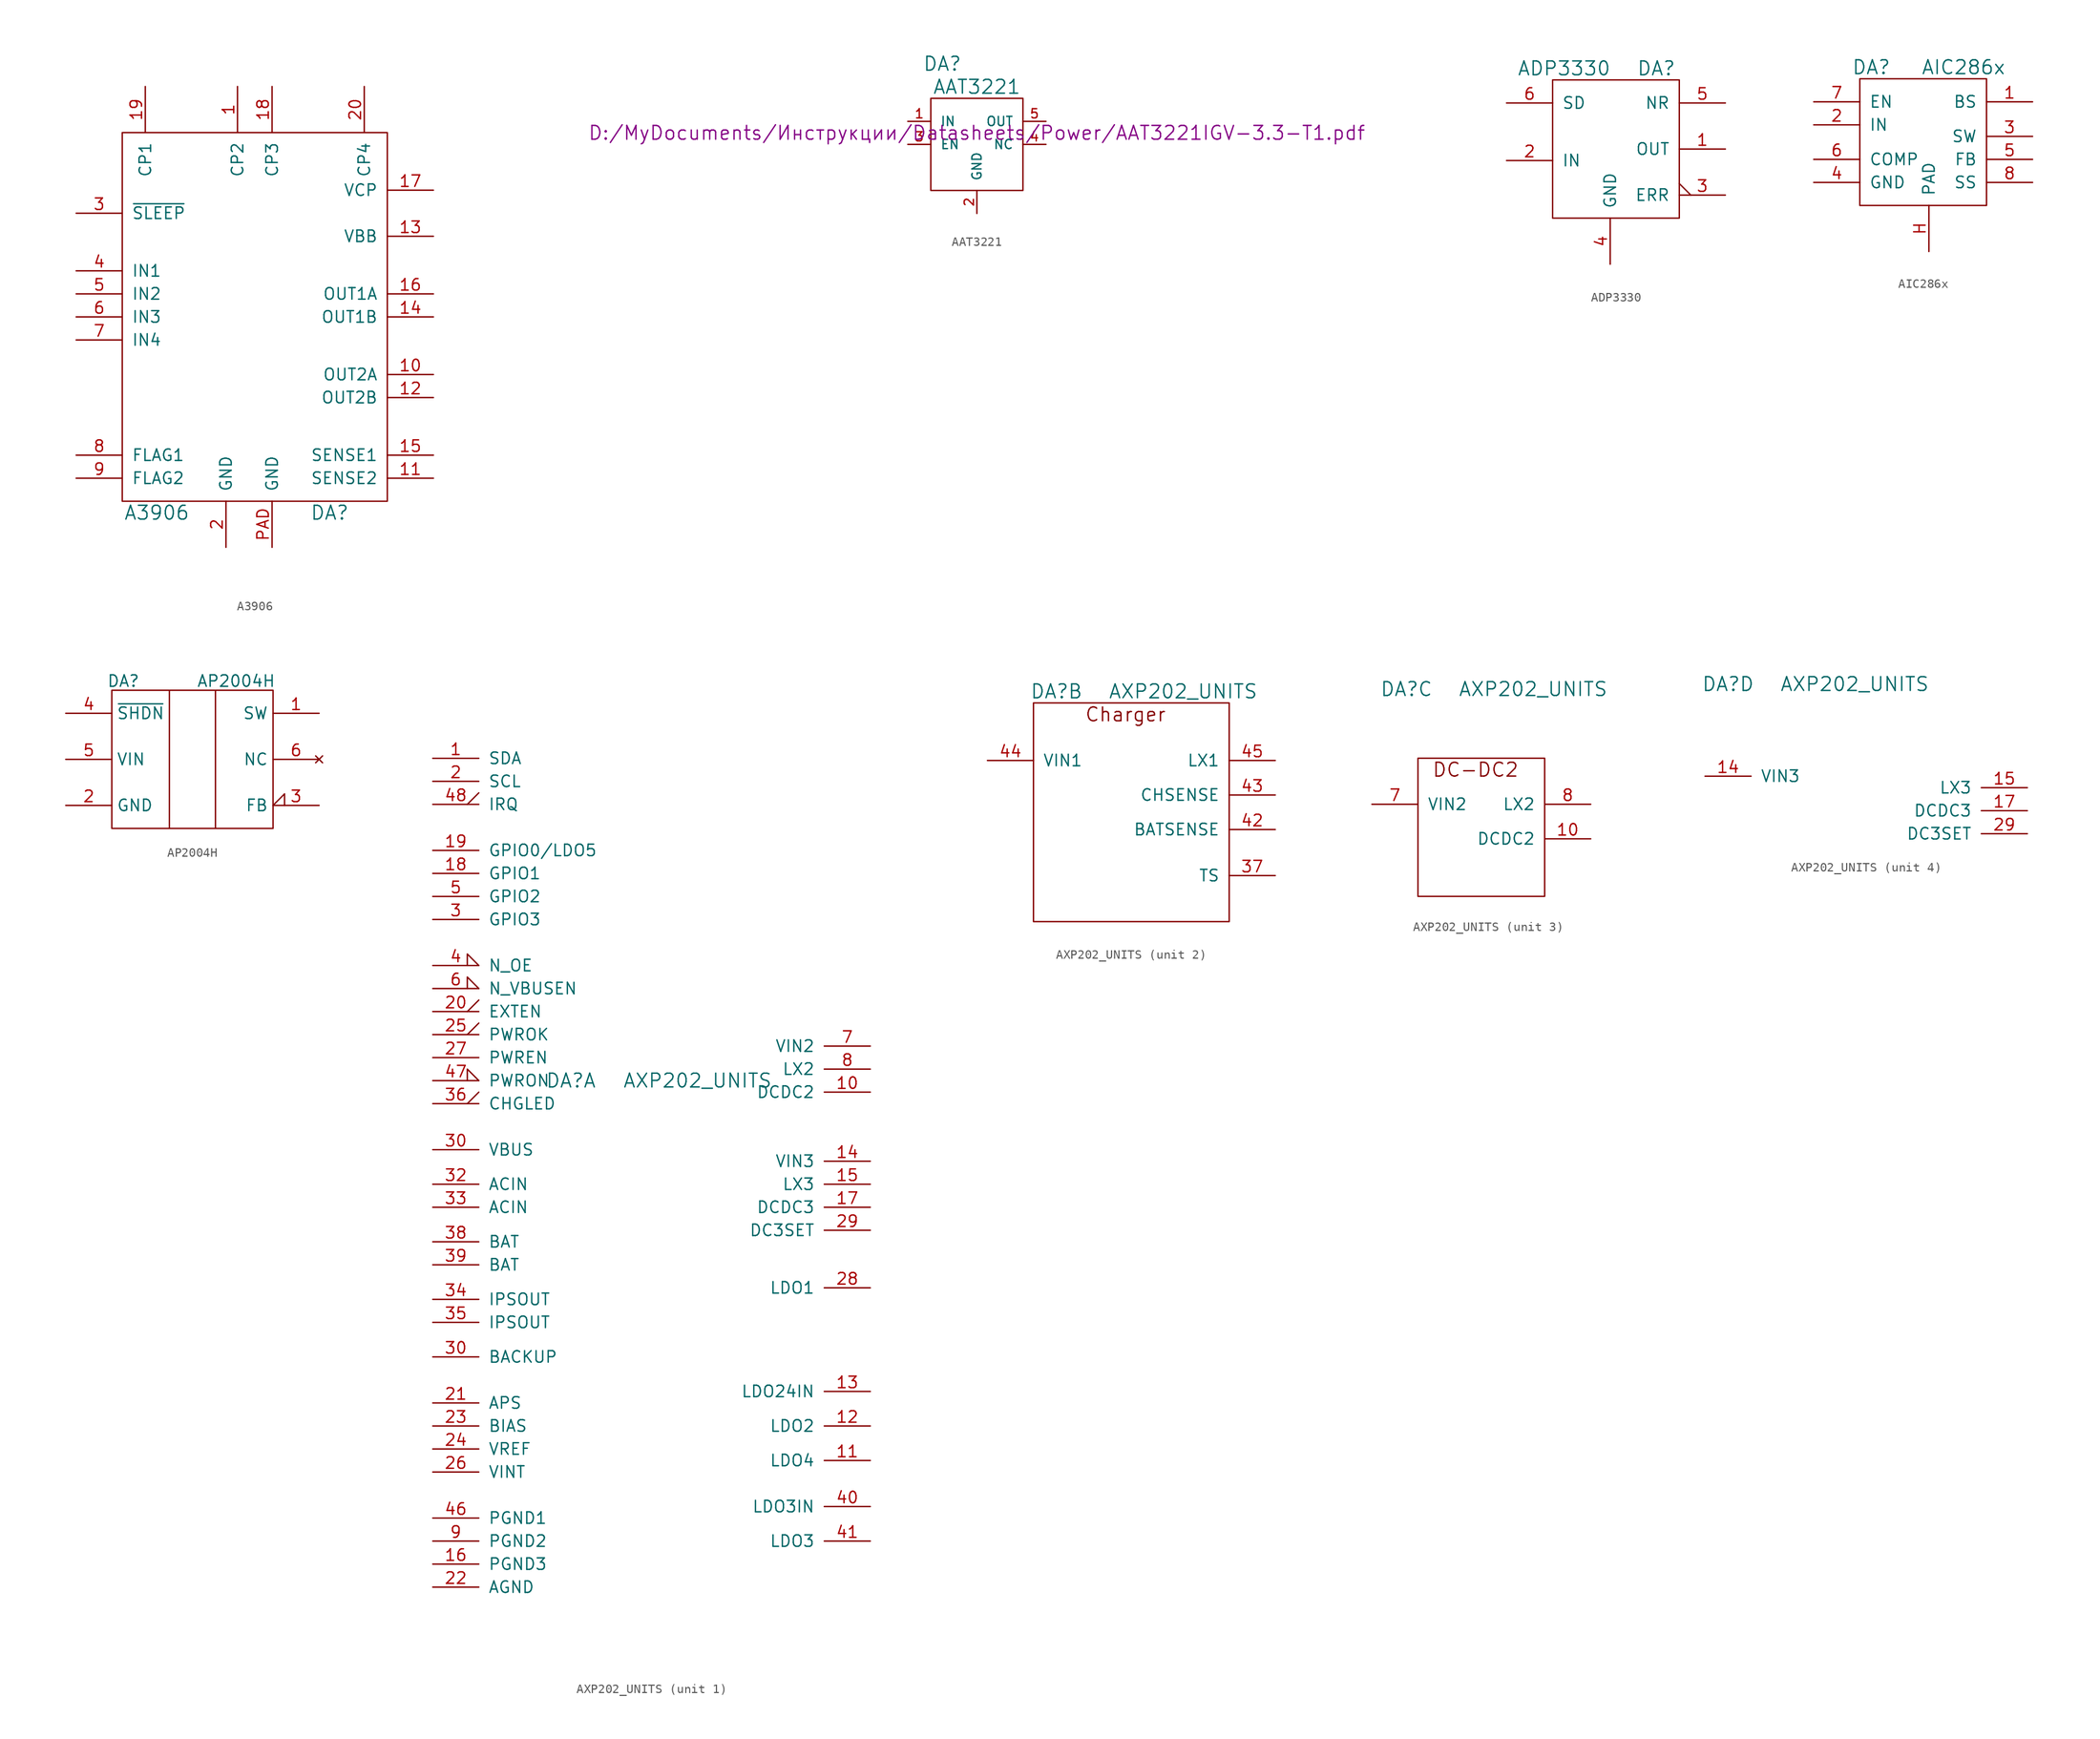
<source format=kicad_sym>
(kicad_symbol_lib
  (version 20231120)
  (generator "kicad_symbol_editor")
  (generator_version "8.0")
  (symbol "A3906"
    (pin_names
      (offset 1.016))
    (property "Reference" "DA"
      (at 7.62 -22.86 0)
      (effects (font (size 1.524 1.524))))
    (property "Value" "A3906"
      (at -11.43 -22.86 0)
      (effects (font (size 1.524 1.524))))
    (property "Datasheet" ""
      (at 7.62 -3.81 0)
      (effects (font (size 1.524 1.524))))
    (symbol "A3906_0_1"
      (rectangle (start -15.24 19.05) (end 13.97 -21.59) (stroke (width 0) (type default)) (fill (type none))))
    (symbol "A3906_1_1"
      (pin passive line (at -2.54 24.13 270) (length 5.08) (name "CP2" (effects (font (size 1.27 1.27)))) (number "1" (effects (font (size 1.27 1.27)))))
      (pin passive line (at 19.05 -7.62 180) (length 5.08) (name "OUT2A" (effects (font (size 1.27 1.27)))) (number "10" (effects (font (size 1.27 1.27)))))
      (pin passive line (at 19.05 -19.05 180) (length 5.08) (name "SENSE2" (effects (font (size 1.27 1.27)))) (number "11" (effects (font (size 1.27 1.27)))))
      (pin passive line (at 19.05 -10.16 180) (length 5.08) (name "OUT2B" (effects (font (size 1.27 1.27)))) (number "12" (effects (font (size 1.27 1.27)))))
      (pin power_in line (at 19.05 7.62 180) (length 5.08) (name "VBB" (effects (font (size 1.27 1.27)))) (number "13" (effects (font (size 1.27 1.27)))))
      (pin passive line (at 19.05 -1.27 180) (length 5.08) (name "OUT1B" (effects (font (size 1.27 1.27)))) (number "14" (effects (font (size 1.27 1.27)))))
      (pin passive line (at 19.05 -16.51 180) (length 5.08) (name "SENSE1" (effects (font (size 1.27 1.27)))) (number "15" (effects (font (size 1.27 1.27)))))
      (pin passive line (at 19.05 1.27 180) (length 5.08) (name "OUT1A" (effects (font (size 1.27 1.27)))) (number "16" (effects (font (size 1.27 1.27)))))
      (pin passive line (at 19.05 12.7 180) (length 5.08) (name "VCP" (effects (font (size 1.27 1.27)))) (number "17" (effects (font (size 1.27 1.27)))))
      (pin passive line (at 1.27 24.13 270) (length 5.08) (name "CP3" (effects (font (size 1.27 1.27)))) (number "18" (effects (font (size 1.27 1.27)))))
      (pin passive line (at -12.7 24.13 270) (length 5.08) (name "CP1" (effects (font (size 1.27 1.27)))) (number "19" (effects (font (size 1.27 1.27)))))
      (pin passive line (at -3.81 -26.67 90) (length 5.08) (name "GND" (effects (font (size 1.27 1.27)))) (number "2" (effects (font (size 1.27 1.27)))))
      (pin passive line (at 11.43 24.13 270) (length 5.08) (name "CP4" (effects (font (size 1.27 1.27)))) (number "20" (effects (font (size 1.27 1.27)))))
      (pin passive line (at -20.32 10.16 0) (length 5.08) (name "~{SLEEP}" (effects (font (size 1.27 1.27)))) (number "3" (effects (font (size 1.27 1.27)))))
      (pin passive line (at -20.32 3.81 0) (length 5.08) (name "IN1" (effects (font (size 1.27 1.27)))) (number "4" (effects (font (size 1.27 1.27)))))
      (pin passive line (at -20.32 1.27 0) (length 5.08) (name "IN2" (effects (font (size 1.27 1.27)))) (number "5" (effects (font (size 1.27 1.27)))))
      (pin passive line (at -20.32 -1.27 0) (length 5.08) (name "IN3" (effects (font (size 1.27 1.27)))) (number "6" (effects (font (size 1.27 1.27)))))
      (pin passive line (at -20.32 -3.81 0) (length 5.08) (name "IN4" (effects (font (size 1.27 1.27)))) (number "7" (effects (font (size 1.27 1.27)))))
      (pin passive line (at -20.32 -16.51 0) (length 5.08) (name "FLAG1" (effects (font (size 1.27 1.27)))) (number "8" (effects (font (size 1.27 1.27)))))
      (pin passive line (at -20.32 -19.05 0) (length 5.08) (name "FLAG2" (effects (font (size 1.27 1.27)))) (number "9" (effects (font (size 1.27 1.27)))))
      (pin passive line (at 1.27 -26.67 90) (length 5.08) (name "GND" (effects (font (size 1.27 1.27)))) (number "PAD" (effects (font (size 1.27 1.27)))))))
  (symbol "AAT3221"
    (pin_names
      (offset 1.016))
    (property "Reference" "DA"
      (at -3.81 7.62 0)
      (effects (font (size 1.524 1.524))))
    (property "Value" "AAT3221"
      (at 0 5.08 0)
      (effects (font (size 1.524 1.524))))
    (property "Footprint" ""
      (at 0 0 0)
      (effects (font (size 1.524 1.524))))
    (property "Datasheet" "D:/MyDocuments/Инструкции/Datasheets/Power/AAT3221IGV-3.3-T1.pdf"
      (at 0 0 0)
      (effects (font (size 1.524 1.524))))
    (symbol "AAT3221_0_1"
      (rectangle (start -5.08 3.81) (end 5.08 -6.35) (stroke (width 0) (type default)) (fill (type none))))
    (symbol "AAT3221_1_1"
      (pin passive line (at -7.62 1.27 0) (length 2.54) (name "IN" (effects (font (size 1.016 1.016)))) (number "1" (effects (font (size 1.016 1.016)))))
      (pin power_in line (at 0 -8.89 90) (length 2.54) (name "GND" (effects (font (size 1.016 1.016)))) (number "2" (effects (font (size 1.016 1.016)))))
      (pin passive line (at -7.62 -1.27 0) (length 2.54) (name "EN" (effects (font (size 1.016 1.016)))) (number "3" (effects (font (size 1.016 1.016)))))
      (pin power_out line (at 7.62 -1.27 180) (length 2.54) (name "NC" (effects (font (size 1.016 1.016)))) (number "4" (effects (font (size 1.016 1.016)))))
      (pin power_out line (at 7.62 1.27 180) (length 2.54) (name "OUT" (effects (font (size 1.016 1.016)))) (number "5" (effects (font (size 1.016 1.016)))))))
  (symbol "ADP3330"
    (pin_names
      (offset 1.016))
    (property "Reference" "DA"
      (at 5.08 8.89 0)
      (effects (font (size 1.524 1.524))))
    (property "Value" "ADP3330"
      (at -5.08 8.89 0)
      (effects (font (size 1.524 1.524))))
    (property "Footprint" ""
      (at 0 0 0)
      (effects (font (size 1.524 1.524))))
    (property "Datasheet" ""
      (at 0 0 0)
      (effects (font (size 1.524 1.524))))
    (symbol "ADP3330_0_1"
      (rectangle (start -6.35 7.62) (end 7.62 -7.62) (stroke (width 0) (type default)) (fill (type none))))
    (symbol "ADP3330_1_1"
      (pin power_out line (at 12.7 0 180) (length 5.08) (name "OUT" (effects (font (size 1.27 1.27)))) (number "1" (effects (font (size 1.27 1.27)))))
      (pin power_in line (at -11.43 -1.27 0) (length 5.08) (name "IN" (effects (font (size 1.27 1.27)))) (number "2" (effects (font (size 1.27 1.27)))))
      (pin passive output_low (at 12.7 -5.08 180) (length 5.08) (name "ERR" (effects (font (size 1.27 1.27)))) (number "3" (effects (font (size 1.27 1.27)))))
      (pin power_in line (at 0 -12.7 90) (length 5.08) (name "GND" (effects (font (size 1.27 1.27)))) (number "4" (effects (font (size 1.27 1.27)))))
      (pin passive line (at 12.7 5.08 180) (length 5.08) (name "NR" (effects (font (size 1.27 1.27)))) (number "5" (effects (font (size 1.27 1.27)))))
      (pin passive line (at -11.43 5.08 0) (length 5.08) (name "SD" (effects (font (size 1.27 1.27)))) (number "6" (effects (font (size 1.27 1.27)))))))
  (symbol "AIC286x"
    (pin_names
      (offset 1.016))
    (property "Reference" "DA"
      (at -6.35 8.89 0)
      (effects (font (size 1.524 1.524))))
    (property "Value" "AIC286x"
      (at 3.81 8.89 0)
      (effects (font (size 1.524 1.524))))
    (property "Footprint" ""
      (at 2.54 0 0)
      (effects (font (size 1.524 1.524))))
    (property "Datasheet" ""
      (at 2.54 0 0)
      (effects (font (size 1.524 1.524))))
    (symbol "AIC286x_0_1"
      (rectangle (start -7.62 7.62) (end 6.35 -6.35) (stroke (width 0) (type default)) (fill (type none))))
    (symbol "AIC286x_1_1"
      (pin passive line (at 11.43 5.08 180) (length 5.08) (name "BS" (effects (font (size 1.27 1.27)))) (number "1" (effects (font (size 1.27 1.27)))))
      (pin power_in line (at -12.7 2.54 0) (length 5.08) (name "IN" (effects (font (size 1.27 1.27)))) (number "2" (effects (font (size 1.27 1.27)))))
      (pin passive line (at 11.43 1.27 180) (length 5.08) (name "SW" (effects (font (size 1.27 1.27)))) (number "3" (effects (font (size 1.27 1.27)))))
      (pin power_in line (at -12.7 -3.81 0) (length 5.08) (name "GND" (effects (font (size 1.27 1.27)))) (number "4" (effects (font (size 1.27 1.27)))))
      (pin passive line (at 11.43 -1.27 180) (length 5.08) (name "FB" (effects (font (size 1.27 1.27)))) (number "5" (effects (font (size 1.27 1.27)))))
      (pin passive line (at -12.7 -1.27 0) (length 5.08) (name "COMP" (effects (font (size 1.27 1.27)))) (number "6" (effects (font (size 1.27 1.27)))))
      (pin passive line (at -12.7 5.08 0) (length 5.08) (name "EN" (effects (font (size 1.27 1.27)))) (number "7" (effects (font (size 1.27 1.27)))))
      (pin passive line (at 11.43 -3.81 180) (length 5.08) (name "SS" (effects (font (size 1.27 1.27)))) (number "8" (effects (font (size 1.27 1.27)))))
      (pin passive line (at 0 -11.43 90) (length 5.08) (name "PAD" (effects (font (size 1.27 1.27)))) (number "H" (effects (font (size 1.27 1.27)))))))
  (symbol "AP2004H"
    (property "Reference" "DA"
      (at -7.62 8.636 0)
      (effects (font (size 1.27 1.27))))
    (property "Value" "AP2004H"
      (at 4.826 8.636 0)
      (effects (font (size 1.27 1.27))))
    (symbol "AP2004H_0_1"
      (rectangle (start -8.89 7.62) (end 8.89 -7.62) (stroke (width 0) (type default)) (fill (type none)))
      (polyline (pts (xy -2.54 7.62) (xy -2.54 -7.62)) (stroke (width 0) (type default)) (fill (type none)))
      (polyline (pts (xy 2.54 7.62) (xy 2.54 -7.62)) (stroke (width 0) (type default)) (fill (type none))))
    (symbol "AP2004H_1_1"
      (pin passive line (at 13.97 5.08 180) (length 5.08) (name "SW" (effects (font (size 1.27 1.27)))) (number "1" (effects (font (size 1.27 1.27)))))
      (pin passive line (at -13.97 -5.08 0) (length 5.08) (name "GND" (effects (font (size 1.27 1.27)))) (number "2" (effects (font (size 1.27 1.27)))))
      (pin passive input_low (at 13.97 -5.08 180) (length 5.08) (name "FB" (effects (font (size 1.27 1.27)))) (number "3" (effects (font (size 1.27 1.27)))))
      (pin passive line (at -13.97 5.08 0) (length 5.08) (name "~{SHDN}" (effects (font (size 1.27 1.27)))) (number "4" (effects (font (size 1.27 1.27)))))
      (pin passive line (at -13.97 0 0) (length 5.08) (name "VIN" (effects (font (size 1.27 1.27)))) (number "5" (effects (font (size 1.27 1.27)))))
      (pin no_connect line (at 13.97 0 180) (length 5.08) (name "NC" (effects (font (size 1.27 1.27)))) (number "6" (effects (font (size 1.27 1.27)))))))
  (symbol "AXP202_UNITS"
    (pin_names
      (offset 1.016))
    (property "Reference" "DA"
      (at -8.89 12.7 0)
      (effects (font (size 1.524 1.524))))
    (property "Value" "AXP202_UNITS"
      (at 5.08 12.7 0)
      (effects (font (size 1.524 1.524))))
    (property "ki_locked" ""
      (at 0 0 0)
      (effects (font (size 1.27 1.27))))
    (symbol "AXP202_UNITS_1_1"
      (pin passive line (at -24.13 48.26 0) (length 5.08) (name "SDA" (effects (font (size 1.27 1.27)))) (number "1" (effects (font (size 1.27 1.27)))))
      (pin passive line (at 24.13 11.43 180) (length 5.08) (name "DCDC2" (effects (font (size 1.27 1.27)))) (number "10" (effects (font (size 1.27 1.27)))))
      (pin power_out line (at 24.13 -29.21 180) (length 5.08) (name "LDO4" (effects (font (size 1.27 1.27)))) (number "11" (effects (font (size 1.27 1.27)))))
      (pin power_out line (at 24.13 -25.4 180) (length 5.08) (name "LDO2" (effects (font (size 1.27 1.27)))) (number "12" (effects (font (size 1.27 1.27)))))
      (pin power_in line (at 24.13 -21.59 180) (length 5.08) (name "LDO24IN" (effects (font (size 1.27 1.27)))) (number "13" (effects (font (size 1.27 1.27)))))
      (pin power_in line (at 24.13 3.81 180) (length 5.08) (name "VIN3" (effects (font (size 1.27 1.27)))) (number "14" (effects (font (size 1.27 1.27)))))
      (pin passive line (at 24.13 1.27 180) (length 5.08) (name "LX3" (effects (font (size 1.27 1.27)))) (number "15" (effects (font (size 1.27 1.27)))))
      (pin power_in line (at -24.13 -40.64 0) (length 5.08) (name "PGND3" (effects (font (size 1.27 1.27)))) (number "16" (effects (font (size 1.27 1.27)))))
      (pin passive line (at 24.13 -1.27 180) (length 5.08) (name "DCDC3" (effects (font (size 1.27 1.27)))) (number "17" (effects (font (size 1.27 1.27)))))
      (pin passive line (at -24.13 35.56 0) (length 5.08) (name "GPIO1" (effects (font (size 1.27 1.27)))) (number "18" (effects (font (size 1.27 1.27)))))
      (pin passive line (at -24.13 38.1 0) (length 5.08) (name "GPIO0/LDO5" (effects (font (size 1.27 1.27)))) (number "19" (effects (font (size 1.27 1.27)))))
      (pin passive line (at -24.13 45.72 0) (length 5.08) (name "SCL" (effects (font (size 1.27 1.27)))) (number "2" (effects (font (size 1.27 1.27)))))
      (pin passive output_low (at -24.13 20.32 0) (length 5.08) (name "EXTEN" (effects (font (size 1.27 1.27)))) (number "20" (effects (font (size 1.27 1.27)))))
      (pin power_in line (at -24.13 -22.86 0) (length 5.08) (name "APS" (effects (font (size 1.27 1.27)))) (number "21" (effects (font (size 1.27 1.27)))))
      (pin power_in line (at -24.13 -43.18 0) (length 5.08) (name "AGND" (effects (font (size 1.27 1.27)))) (number "22" (effects (font (size 1.27 1.27)))))
      (pin passive line (at -24.13 -25.4 0) (length 5.08) (name "BIAS" (effects (font (size 1.27 1.27)))) (number "23" (effects (font (size 1.27 1.27)))))
      (pin passive line (at -24.13 -27.94 0) (length 5.08) (name "VREF" (effects (font (size 1.27 1.27)))) (number "24" (effects (font (size 1.27 1.27)))))
      (pin passive output_low (at -24.13 17.78 0) (length 5.08) (name "PWROK" (effects (font (size 1.27 1.27)))) (number "25" (effects (font (size 1.27 1.27)))))
      (pin passive line (at -24.13 -30.48 0) (length 5.08) (name "VINT" (effects (font (size 1.27 1.27)))) (number "26" (effects (font (size 1.27 1.27)))))
      (pin passive line (at -24.13 15.24 0) (length 5.08) (name "PWREN" (effects (font (size 1.27 1.27)))) (number "27" (effects (font (size 1.27 1.27)))))
      (pin power_out line (at 24.13 -10.16 180) (length 5.08) (name "LDO1" (effects (font (size 1.27 1.27)))) (number "28" (effects (font (size 1.27 1.27)))))
      (pin passive line (at 24.13 -3.81 180) (length 5.08) (name "DC3SET" (effects (font (size 1.27 1.27)))) (number "29" (effects (font (size 1.27 1.27)))))
      (pin passive line (at -24.13 30.48 0) (length 5.08) (name "GPIO3" (effects (font (size 1.27 1.27)))) (number "3" (effects (font (size 1.27 1.27)))))
      (pin passive line (at -24.13 -17.78 0) (length 5.08) (name "BACKUP" (effects (font (size 1.27 1.27)))) (number "30" (effects (font (size 1.27 1.27)))))
      (pin power_in line (at -24.13 5.08 0) (length 5.08) (name "VBUS" (effects (font (size 1.27 1.27)))) (number "30" (effects (font (size 1.27 1.27)))))
      (pin power_in line (at -24.13 1.27 0) (length 5.08) (name "ACIN" (effects (font (size 1.27 1.27)))) (number "32" (effects (font (size 1.27 1.27)))))
      (pin power_in line (at -24.13 -1.27 0) (length 5.08) (name "ACIN" (effects (font (size 1.27 1.27)))) (number "33" (effects (font (size 1.27 1.27)))))
      (pin power_out line (at -24.13 -11.43 0) (length 5.08) (name "IPSOUT" (effects (font (size 1.27 1.27)))) (number "34" (effects (font (size 1.27 1.27)))))
      (pin power_out line (at -24.13 -13.97 0) (length 5.08) (name "IPSOUT" (effects (font (size 1.27 1.27)))) (number "35" (effects (font (size 1.27 1.27)))))
      (pin passive output_low (at -24.13 10.16 0) (length 5.08) (name "CHGLED" (effects (font (size 1.27 1.27)))) (number "36" (effects (font (size 1.27 1.27)))))
      (pin power_in line (at -24.13 -5.08 0) (length 5.08) (name "BAT" (effects (font (size 1.27 1.27)))) (number "38" (effects (font (size 1.27 1.27)))))
      (pin power_in line (at -24.13 -7.62 0) (length 5.08) (name "BAT" (effects (font (size 1.27 1.27)))) (number "39" (effects (font (size 1.27 1.27)))))
      (pin passive input_low (at -24.13 25.4 0) (length 5.08) (name "N_OE" (effects (font (size 1.27 1.27)))) (number "4" (effects (font (size 1.27 1.27)))))
      (pin power_in line (at 24.13 -34.29 180) (length 5.08) (name "LDO3IN" (effects (font (size 1.27 1.27)))) (number "40" (effects (font (size 1.27 1.27)))))
      (pin power_out line (at 24.13 -38.1 180) (length 5.08) (name "LDO3" (effects (font (size 1.27 1.27)))) (number "41" (effects (font (size 1.27 1.27)))))
      (pin power_in line (at -24.13 -35.56 0) (length 5.08) (name "PGND1" (effects (font (size 1.27 1.27)))) (number "46" (effects (font (size 1.27 1.27)))))
      (pin passive input_low (at -24.13 12.7 0) (length 5.08) (name "PWRON" (effects (font (size 1.27 1.27)))) (number "47" (effects (font (size 1.27 1.27)))))
      (pin passive output_low (at -24.13 43.18 0) (length 5.08) (name "IRQ" (effects (font (size 1.27 1.27)))) (number "48" (effects (font (size 1.27 1.27)))))
      (pin passive line (at -24.13 33.02 0) (length 5.08) (name "GPIO2" (effects (font (size 1.27 1.27)))) (number "5" (effects (font (size 1.27 1.27)))))
      (pin passive input_low (at -24.13 22.86 0) (length 5.08) (name "N_VBUSEN" (effects (font (size 1.27 1.27)))) (number "6" (effects (font (size 1.27 1.27)))))
      (pin power_in line (at 24.13 16.51 180) (length 5.08) (name "VIN2" (effects (font (size 1.27 1.27)))) (number "7" (effects (font (size 1.27 1.27)))))
      (pin passive line (at 24.13 13.97 180) (length 5.08) (name "LX2" (effects (font (size 1.27 1.27)))) (number "8" (effects (font (size 1.27 1.27)))))
      (pin power_in line (at -24.13 -38.1 0) (length 5.08) (name "PGND2" (effects (font (size 1.27 1.27)))) (number "9" (effects (font (size 1.27 1.27))))))
    (symbol "AXP202_UNITS_2_0"
      (text "Charger" (at -1.27 10.16 0) (effects (font (size 1.524 1.524)))))
    (symbol "AXP202_UNITS_2_1"
      (rectangle (start -11.43 11.43) (end 10.16 -12.7) (stroke (width 0) (type default)) (fill (type none)))
      (pin passive line (at 15.24 -7.62 180) (length 5.08) (name "TS" (effects (font (size 1.27 1.27)))) (number "37" (effects (font (size 1.27 1.27)))))
      (pin passive line (at 15.24 -2.54 180) (length 5.08) (name "BATSENSE" (effects (font (size 1.27 1.27)))) (number "42" (effects (font (size 1.27 1.27)))))
      (pin passive line (at 15.24 1.27 180) (length 5.08) (name "CHSENSE" (effects (font (size 1.27 1.27)))) (number "43" (effects (font (size 1.27 1.27)))))
      (pin power_in line (at -16.51 5.08 0) (length 5.08) (name "VIN1" (effects (font (size 1.27 1.27)))) (number "44" (effects (font (size 1.27 1.27)))))
      (pin passive line (at 15.24 5.08 180) (length 5.08) (name "LX1" (effects (font (size 1.27 1.27)))) (number "45" (effects (font (size 1.27 1.27))))))
    (symbol "AXP202_UNITS_3_0"
      (text "DC-DC2" (at -1.27 3.81 0) (effects (font (size 1.524 1.524)))))
    (symbol "AXP202_UNITS_3_1"
      (rectangle (start -7.62 5.08) (end 6.35 -10.16) (stroke (width 0) (type default)) (fill (type none)))
      (pin passive line (at 11.43 -3.81 180) (length 5.08) (name "DCDC2" (effects (font (size 1.27 1.27)))) (number "10" (effects (font (size 1.27 1.27)))))
      (pin power_in line (at -12.7 0 0) (length 5.08) (name "VIN2" (effects (font (size 1.27 1.27)))) (number "7" (effects (font (size 1.27 1.27)))))
      (pin passive line (at 11.43 0 180) (length 5.08) (name "LX2" (effects (font (size 1.27 1.27)))) (number "8" (effects (font (size 1.27 1.27))))))
    (symbol "AXP202_UNITS_4_1"
      (pin power_in line (at -11.43 2.54 0) (length 5.08) (name "VIN3" (effects (font (size 1.27 1.27)))) (number "14" (effects (font (size 1.27 1.27)))))
      (pin passive line (at 24.13 1.27 180) (length 5.08) (name "LX3" (effects (font (size 1.27 1.27)))) (number "15" (effects (font (size 1.27 1.27)))))
      (pin passive line (at 24.13 -1.27 180) (length 5.08) (name "DCDC3" (effects (font (size 1.27 1.27)))) (number "17" (effects (font (size 1.27 1.27)))))
      (pin passive line (at 24.13 -3.81 180) (length 5.08) (name "DC3SET" (effects (font (size 1.27 1.27)))) (number "29" (effects (font (size 1.27 1.27))))))))
</source>
